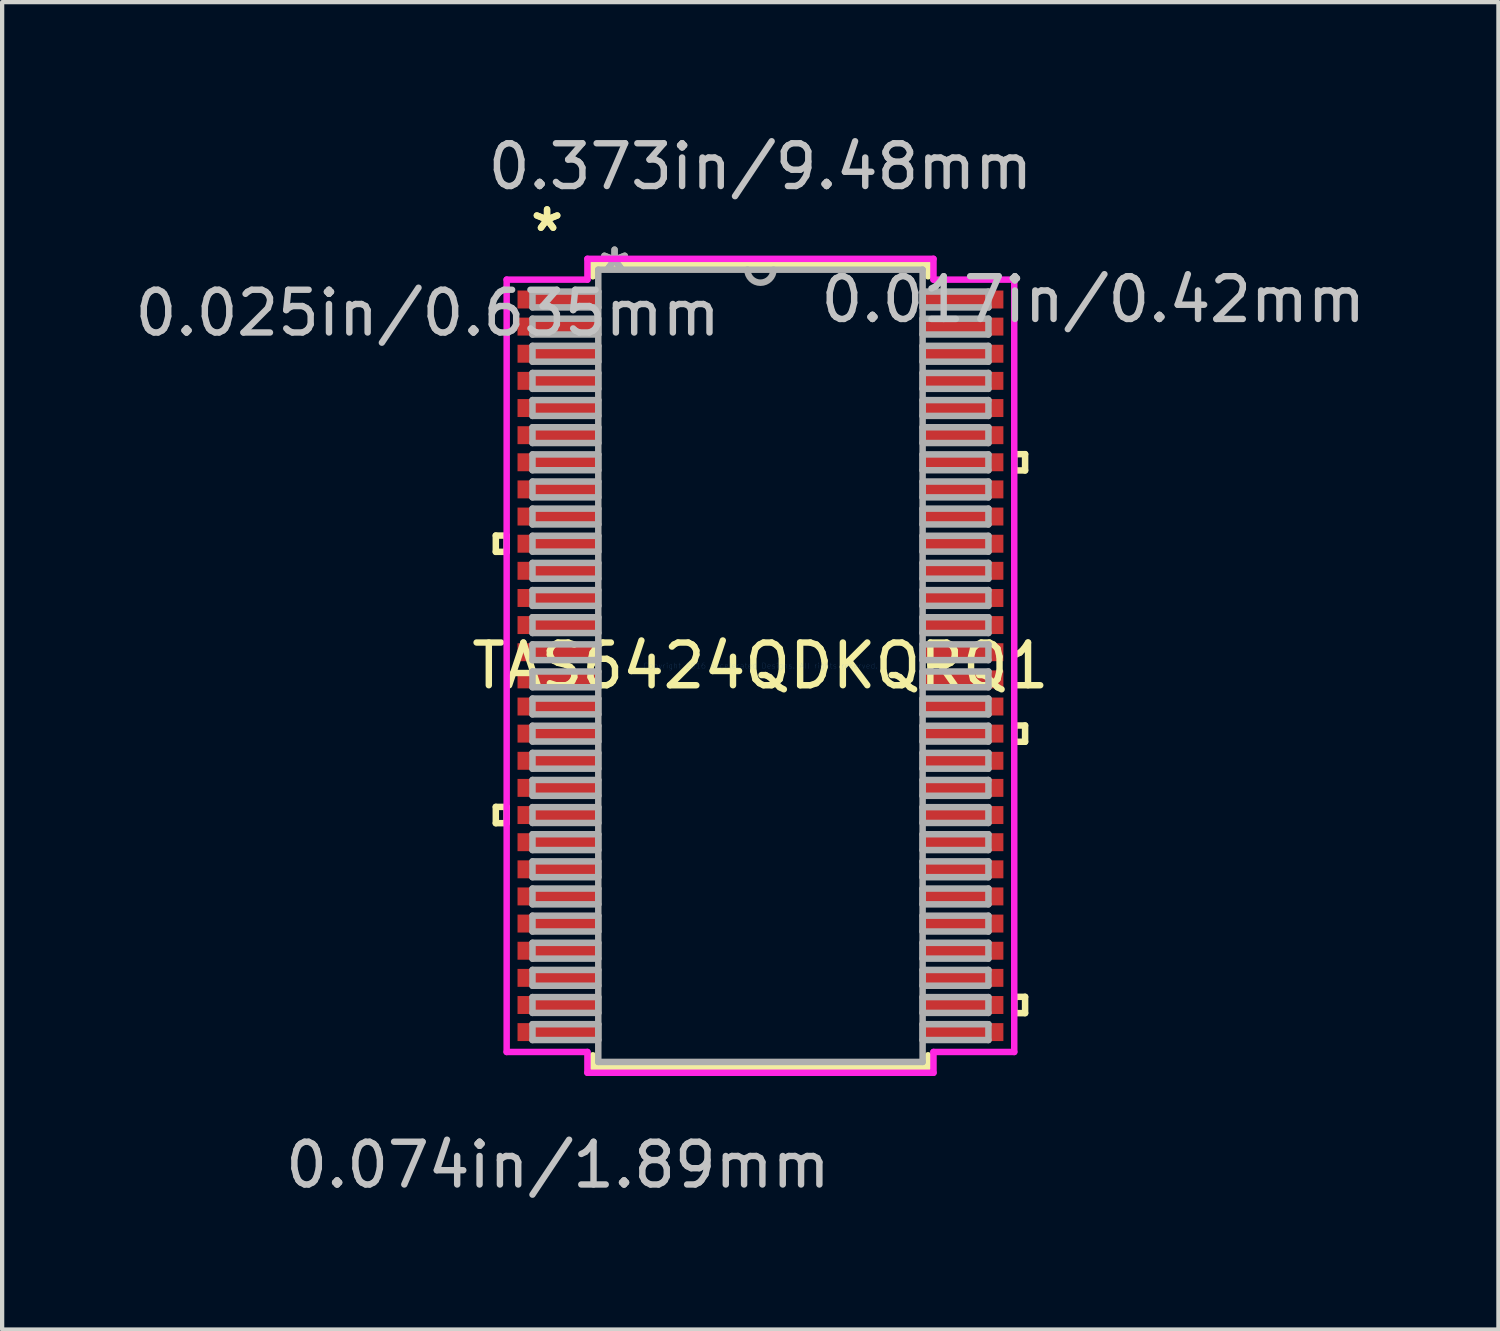
<source format=kicad_pcb>
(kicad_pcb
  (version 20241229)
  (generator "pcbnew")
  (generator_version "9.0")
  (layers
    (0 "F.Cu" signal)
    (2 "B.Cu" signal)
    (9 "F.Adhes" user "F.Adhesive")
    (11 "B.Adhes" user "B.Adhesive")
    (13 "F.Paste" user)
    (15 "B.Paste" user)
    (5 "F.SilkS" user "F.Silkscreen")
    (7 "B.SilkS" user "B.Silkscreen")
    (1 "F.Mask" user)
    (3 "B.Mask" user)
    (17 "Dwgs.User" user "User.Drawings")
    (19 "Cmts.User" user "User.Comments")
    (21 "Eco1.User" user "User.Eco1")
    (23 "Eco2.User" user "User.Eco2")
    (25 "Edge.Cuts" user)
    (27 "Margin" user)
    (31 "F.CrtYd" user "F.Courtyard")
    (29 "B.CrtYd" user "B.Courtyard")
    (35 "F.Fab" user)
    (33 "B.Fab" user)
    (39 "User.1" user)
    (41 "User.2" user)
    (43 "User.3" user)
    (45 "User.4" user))
  (footprint "TAS6424QDKQRQ1"
    (layer "F.Cu")
    (at 14.746 12.531)
    (property "Reference" "TAS6424QDKQRQ1" (at 0 0 0) (layer "F.SilkS") (effects (font (size 1 1) (thickness 0.15))))
    (attr through_hole)
    (fp_line (start -6.193 -3.048) (end -6.193 -2.667) (stroke (width 0.152) (type solid)) (layer "F.SilkS"))
    (fp_line (start -6.193 -2.667) (end -5.939 -2.667) (stroke (width 0.152) (type solid)) (layer "F.SilkS"))
    (fp_line (start -6.193 3.302) (end -6.193 3.683) (stroke (width 0.152) (type solid)) (layer "F.SilkS"))
    (fp_line (start -6.193 3.683) (end -5.939 3.683) (stroke (width 0.152) (type solid)) (layer "F.SilkS"))
    (fp_line (start -5.939 -3.048) (end -6.193 -3.048) (stroke (width 0.152) (type solid)) (layer "F.SilkS"))
    (fp_line (start -5.939 -2.667) (end -5.939 -3.048) (stroke (width 0.152) (type solid)) (layer "F.SilkS"))
    (fp_line (start -5.939 3.302) (end -6.193 3.302) (stroke (width 0.152) (type solid)) (layer "F.SilkS"))
    (fp_line (start -5.939 3.683) (end -5.939 3.302) (stroke (width 0.152) (type solid)) (layer "F.SilkS"))
    (fp_line (start -3.922 -9.397) (end -3.922 -9.115) (stroke (width 0.152) (type solid)) (layer "F.SilkS"))
    (fp_line (start -3.922 9.115) (end -3.922 9.397) (stroke (width 0.152) (type solid)) (layer "F.SilkS"))
    (fp_line (start -3.922 9.397) (end 3.922 9.397) (stroke (width 0.152) (type solid)) (layer "F.SilkS"))
    (fp_line (start 3.922 -9.397) (end -3.922 -9.397) (stroke (width 0.152) (type solid)) (layer "F.SilkS"))
    (fp_line (start 3.922 -9.115) (end 3.922 -9.397) (stroke (width 0.152) (type solid)) (layer "F.SilkS"))
    (fp_line (start 3.922 9.397) (end 3.922 9.115) (stroke (width 0.152) (type solid)) (layer "F.SilkS"))
    (fp_line (start 5.939 -4.953) (end 6.193 -4.953) (stroke (width 0.152) (type solid)) (layer "F.SilkS"))
    (fp_line (start 5.939 -4.572) (end 5.939 -4.953) (stroke (width 0.152) (type solid)) (layer "F.SilkS"))
    (fp_line (start 5.939 1.397) (end 6.193 1.397) (stroke (width 0.152) (type solid)) (layer "F.SilkS"))
    (fp_line (start 5.939 1.778) (end 5.939 1.397) (stroke (width 0.152) (type solid)) (layer "F.SilkS"))
    (fp_line (start 5.939 7.747) (end 6.193 7.747) (stroke (width 0.152) (type solid)) (layer "F.SilkS"))
    (fp_line (start 5.939 8.128) (end 5.939 7.747) (stroke (width 0.152) (type solid)) (layer "F.SilkS"))
    (fp_line (start 6.193 -4.953) (end 6.193 -4.572) (stroke (width 0.152) (type solid)) (layer "F.SilkS"))
    (fp_line (start 6.193 -4.572) (end 5.939 -4.572) (stroke (width 0.152) (type solid)) (layer "F.SilkS"))
    (fp_line (start 6.193 1.397) (end 6.193 1.778) (stroke (width 0.152) (type solid)) (layer "F.SilkS"))
    (fp_line (start 6.193 1.778) (end 5.939 1.778) (stroke (width 0.152) (type solid)) (layer "F.SilkS"))
    (fp_line (start 6.193 7.747) (end 6.193 8.128) (stroke (width 0.152) (type solid)) (layer "F.SilkS"))
    (fp_line (start 6.193 8.128) (end 5.939 8.128) (stroke (width 0.152) (type solid)) (layer "F.SilkS"))
    (fp_line (start -5.939 -9.037) (end -4.049 -9.037) (stroke (width 0.152) (type solid)) (layer "F.CrtYd"))
    (fp_line (start -5.939 9.037) (end -5.939 -9.037) (stroke (width 0.152) (type solid)) (layer "F.CrtYd"))
    (fp_line (start -4.049 -9.524) (end 4.049 -9.524) (stroke (width 0.152) (type solid)) (layer "F.CrtYd"))
    (fp_line (start -4.049 -9.037) (end -4.049 -9.524) (stroke (width 0.152) (type solid)) (layer "F.CrtYd"))
    (fp_line (start -4.049 9.037) (end -5.939 9.037) (stroke (width 0.152) (type solid)) (layer "F.CrtYd"))
    (fp_line (start -4.049 9.524) (end -4.049 9.037) (stroke (width 0.152) (type solid)) (layer "F.CrtYd"))
    (fp_line (start 4.049 -9.524) (end 4.049 -9.037) (stroke (width 0.152) (type solid)) (layer "F.CrtYd"))
    (fp_line (start 4.049 -9.037) (end 5.939 -9.037) (stroke (width 0.152) (type solid)) (layer "F.CrtYd"))
    (fp_line (start 4.049 9.037) (end 4.049 9.524) (stroke (width 0.152) (type solid)) (layer "F.CrtYd"))
    (fp_line (start 4.049 9.524) (end -4.049 9.524) (stroke (width 0.152) (type solid)) (layer "F.CrtYd"))
    (fp_line (start 5.939 -9.037) (end 5.939 9.037) (stroke (width 0.152) (type solid)) (layer "F.CrtYd"))
    (fp_line (start 5.939 9.037) (end 4.049 9.037) (stroke (width 0.152) (type solid)) (layer "F.CrtYd"))
    (fp_line (start -5.335 -8.758) (end -5.335 -8.387) (stroke (width 0.152) (type solid)) (layer "F.Fab"))
    (fp_line (start -5.335 -8.387) (end -3.795 -8.387) (stroke (width 0.152) (type solid)) (layer "F.Fab"))
    (fp_line (start -5.335 -8.123) (end -5.335 -7.753) (stroke (width 0.152) (type solid)) (layer "F.Fab"))
    (fp_line (start -5.335 -7.753) (end -3.795 -7.753) (stroke (width 0.152) (type solid)) (layer "F.Fab"))
    (fp_line (start -5.335 -7.487) (end -5.335 -7.117) (stroke (width 0.152) (type solid)) (layer "F.Fab"))
    (fp_line (start -5.335 -7.117) (end -3.795 -7.117) (stroke (width 0.152) (type solid)) (layer "F.Fab"))
    (fp_line (start -5.335 -6.853) (end -5.335 -6.482) (stroke (width 0.152) (type solid)) (layer "F.Fab"))
    (fp_line (start -5.335 -6.482) (end -3.795 -6.482) (stroke (width 0.152) (type solid)) (layer "F.Fab"))
    (fp_line (start -5.335 -6.218) (end -5.335 -5.848) (stroke (width 0.152) (type solid)) (layer "F.Fab"))
    (fp_line (start -5.335 -5.848) (end -3.795 -5.848) (stroke (width 0.152) (type solid)) (layer "F.Fab"))
    (fp_line (start -5.335 -5.582) (end -5.335 -5.213) (stroke (width 0.152) (type solid)) (layer "F.Fab"))
    (fp_line (start -5.335 -5.213) (end -3.795 -5.213) (stroke (width 0.152) (type solid)) (layer "F.Fab"))
    (fp_line (start -5.335 -4.947) (end -5.335 -4.577) (stroke (width 0.152) (type solid)) (layer "F.Fab"))
    (fp_line (start -5.335 -4.577) (end -3.795 -4.577) (stroke (width 0.152) (type solid)) (layer "F.Fab"))
    (fp_line (start -5.335 -4.312) (end -5.335 -3.942) (stroke (width 0.152) (type solid)) (layer "F.Fab"))
    (fp_line (start -5.335 -3.942) (end -3.795 -3.942) (stroke (width 0.152) (type solid)) (layer "F.Fab"))
    (fp_line (start -5.335 -3.678) (end -5.335 -3.308) (stroke (width 0.152) (type solid)) (layer "F.Fab"))
    (fp_line (start -5.335 -3.308) (end -3.795 -3.308) (stroke (width 0.152) (type solid)) (layer "F.Fab"))
    (fp_line (start -5.335 -3.042) (end -5.335 -2.672) (stroke (width 0.152) (type solid)) (layer "F.Fab"))
    (fp_line (start -5.335 -2.672) (end -3.795 -2.672) (stroke (width 0.152) (type solid)) (layer "F.Fab"))
    (fp_line (start -5.335 -2.408) (end -5.335 -2.038) (stroke (width 0.152) (type solid)) (layer "F.Fab"))
    (fp_line (start -5.335 -2.038) (end -3.795 -2.038) (stroke (width 0.152) (type solid)) (layer "F.Fab"))
    (fp_line (start -5.335 -1.772) (end -5.335 -1.403) (stroke (width 0.152) (type solid)) (layer "F.Fab"))
    (fp_line (start -5.335 -1.403) (end -3.795 -1.403) (stroke (width 0.152) (type solid)) (layer "F.Fab"))
    (fp_line (start -5.335 -1.137) (end -5.335 -0.767) (stroke (width 0.152) (type solid)) (layer "F.Fab"))
    (fp_line (start -5.335 -0.767) (end -3.795 -0.767) (stroke (width 0.152) (type solid)) (layer "F.Fab"))
    (fp_line (start -5.335 -0.502) (end -5.335 -0.133) (stroke (width 0.152) (type solid)) (layer "F.Fab"))
    (fp_line (start -5.335 -0.133) (end -3.795 -0.133) (stroke (width 0.152) (type solid)) (layer "F.Fab"))
    (fp_line (start -5.335 0.133) (end -5.335 0.502) (stroke (width 0.152) (type solid)) (layer "F.Fab"))
    (fp_line (start -5.335 0.502) (end -3.795 0.502) (stroke (width 0.152) (type solid)) (layer "F.Fab"))
    (fp_line (start -5.335 0.767) (end -5.335 1.137) (stroke (width 0.152) (type solid)) (layer "F.Fab"))
    (fp_line (start -5.335 1.137) (end -3.795 1.137) (stroke (width 0.152) (type solid)) (layer "F.Fab"))
    (fp_line (start -5.335 1.403) (end -5.335 1.772) (stroke (width 0.152) (type solid)) (layer "F.Fab"))
    (fp_line (start -5.335 1.772) (end -3.795 1.772) (stroke (width 0.152) (type solid)) (layer "F.Fab"))
    (fp_line (start -5.335 2.038) (end -5.335 2.408) (stroke (width 0.152) (type solid)) (layer "F.Fab"))
    (fp_line (start -5.335 2.408) (end -3.795 2.408) (stroke (width 0.152) (type solid)) (layer "F.Fab"))
    (fp_line (start -5.335 2.672) (end -5.335 3.042) (stroke (width 0.152) (type solid)) (layer "F.Fab"))
    (fp_line (start -5.335 3.042) (end -3.795 3.042) (stroke (width 0.152) (type solid)) (layer "F.Fab"))
    (fp_line (start -5.335 3.308) (end -5.335 3.678) (stroke (width 0.152) (type solid)) (layer "F.Fab"))
    (fp_line (start -5.335 3.678) (end -3.795 3.678) (stroke (width 0.152) (type solid)) (layer "F.Fab"))
    (fp_line (start -5.335 3.942) (end -5.335 4.312) (stroke (width 0.152) (type solid)) (layer "F.Fab"))
    (fp_line (start -5.335 4.312) (end -3.795 4.312) (stroke (width 0.152) (type solid)) (layer "F.Fab"))
    (fp_line (start -5.335 4.577) (end -5.335 4.947) (stroke (width 0.152) (type solid)) (layer "F.Fab"))
    (fp_line (start -5.335 4.947) (end -3.795 4.947) (stroke (width 0.152) (type solid)) (layer "F.Fab"))
    (fp_line (start -5.335 5.213) (end -5.335 5.582) (stroke (width 0.152) (type solid)) (layer "F.Fab"))
    (fp_line (start -5.335 5.582) (end -3.795 5.582) (stroke (width 0.152) (type solid)) (layer "F.Fab"))
    (fp_line (start -5.335 5.848) (end -5.335 6.218) (stroke (width 0.152) (type solid)) (layer "F.Fab"))
    (fp_line (start -5.335 6.218) (end -3.795 6.218) (stroke (width 0.152) (type solid)) (layer "F.Fab"))
    (fp_line (start -5.335 6.482) (end -5.335 6.853) (stroke (width 0.152) (type solid)) (layer "F.Fab"))
    (fp_line (start -5.335 6.853) (end -3.795 6.853) (stroke (width 0.152) (type solid)) (layer "F.Fab"))
    (fp_line (start -5.335 7.117) (end -5.335 7.487) (stroke (width 0.152) (type solid)) (layer "F.Fab"))
    (fp_line (start -5.335 7.487) (end -3.795 7.487) (stroke (width 0.152) (type solid)) (layer "F.Fab"))
    (fp_line (start -5.335 7.753) (end -5.335 8.123) (stroke (width 0.152) (type solid)) (layer "F.Fab"))
    (fp_line (start -5.335 8.123) (end -3.795 8.123) (stroke (width 0.152) (type solid)) (layer "F.Fab"))
    (fp_line (start -5.335 8.387) (end -5.335 8.758) (stroke (width 0.152) (type solid)) (layer "F.Fab"))
    (fp_line (start -5.335 8.758) (end -3.795 8.758) (stroke (width 0.152) (type solid)) (layer "F.Fab"))
    (fp_line (start -3.795 -9.27) (end -3.795 9.27) (stroke (width 0.152) (type solid)) (layer "F.Fab"))
    (fp_line (start -3.795 9.27) (end 3.795 9.27) (stroke (width 0.152) (type solid)) (layer "F.Fab"))
    (fp_line (start -3.795 -8.758) (end -5.335 -8.758) (stroke (width 0.152) (type solid)) (layer "F.Fab"))
    (fp_line (start -3.795 -8.387) (end -3.795 -8.758) (stroke (width 0.152) (type solid)) (layer "F.Fab"))
    (fp_line (start -3.795 -8.123) (end -5.335 -8.123) (stroke (width 0.152) (type solid)) (layer "F.Fab"))
    (fp_line (start -3.795 -7.753) (end -3.795 -8.123) (stroke (width 0.152) (type solid)) (layer "F.Fab"))
    (fp_line (start -3.795 -7.487) (end -5.335 -7.487) (stroke (width 0.152) (type solid)) (layer "F.Fab"))
    (fp_line (start -3.795 -7.117) (end -3.795 -7.487) (stroke (width 0.152) (type solid)) (layer "F.Fab"))
    (fp_line (start -3.795 -6.853) (end -5.335 -6.853) (stroke (width 0.152) (type solid)) (layer "F.Fab"))
    (fp_line (start -3.795 -6.482) (end -3.795 -6.853) (stroke (width 0.152) (type solid)) (layer "F.Fab"))
    (fp_line (start -3.795 -6.218) (end -5.335 -6.218) (stroke (width 0.152) (type solid)) (layer "F.Fab"))
    (fp_line (start -3.795 -5.848) (end -3.795 -6.218) (stroke (width 0.152) (type solid)) (layer "F.Fab"))
    (fp_line (start -3.795 -5.582) (end -5.335 -5.582) (stroke (width 0.152) (type solid)) (layer "F.Fab"))
    (fp_line (start -3.795 -5.213) (end -3.795 -5.582) (stroke (width 0.152) (type solid)) (layer "F.Fab"))
    (fp_line (start -3.795 -4.947) (end -5.335 -4.947) (stroke (width 0.152) (type solid)) (layer "F.Fab"))
    (fp_line (start -3.795 -4.577) (end -3.795 -4.947) (stroke (width 0.152) (type solid)) (layer "F.Fab"))
    (fp_line (start -3.795 -4.312) (end -5.335 -4.312) (stroke (width 0.152) (type solid)) (layer "F.Fab"))
    (fp_line (start -3.795 -3.942) (end -3.795 -4.312) (stroke (width 0.152) (type solid)) (layer "F.Fab"))
    (fp_line (start -3.795 -3.678) (end -5.335 -3.678) (stroke (width 0.152) (type solid)) (layer "F.Fab"))
    (fp_line (start -3.795 -3.308) (end -3.795 -3.678) (stroke (width 0.152) (type solid)) (layer "F.Fab"))
    (fp_line (start -3.795 -3.042) (end -5.335 -3.042) (stroke (width 0.152) (type solid)) (layer "F.Fab"))
    (fp_line (start -3.795 -2.672) (end -3.795 -3.042) (stroke (width 0.152) (type solid)) (layer "F.Fab"))
    (fp_line (start -3.795 -2.408) (end -5.335 -2.408) (stroke (width 0.152) (type solid)) (layer "F.Fab"))
    (fp_line (start -3.795 -2.038) (end -3.795 -2.408) (stroke (width 0.152) (type solid)) (layer "F.Fab"))
    (fp_line (start -3.795 -1.772) (end -5.335 -1.772) (stroke (width 0.152) (type solid)) (layer "F.Fab"))
    (fp_line (start -3.795 -1.403) (end -3.795 -1.772) (stroke (width 0.152) (type solid)) (layer "F.Fab"))
    (fp_line (start -3.795 -1.137) (end -5.335 -1.137) (stroke (width 0.152) (type solid)) (layer "F.Fab"))
    (fp_line (start -3.795 -0.767) (end -3.795 -1.137) (stroke (width 0.152) (type solid)) (layer "F.Fab"))
    (fp_line (start -3.795 -0.502) (end -5.335 -0.502) (stroke (width 0.152) (type solid)) (layer "F.Fab"))
    (fp_line (start -3.795 -0.133) (end -3.795 -0.502) (stroke (width 0.152) (type solid)) (layer "F.Fab"))
    (fp_line (start -3.795 0.133) (end -5.335 0.133) (stroke (width 0.152) (type solid)) (layer "F.Fab"))
    (fp_line (start -3.795 0.502) (end -3.795 0.133) (stroke (width 0.152) (type solid)) (layer "F.Fab"))
    (fp_line (start -3.795 0.767) (end -5.335 0.767) (stroke (width 0.152) (type solid)) (layer "F.Fab"))
    (fp_line (start -3.795 1.137) (end -3.795 0.767) (stroke (width 0.152) (type solid)) (layer "F.Fab"))
    (fp_line (start -3.795 1.403) (end -5.335 1.403) (stroke (width 0.152) (type solid)) (layer "F.Fab"))
    (fp_line (start -3.795 1.772) (end -3.795 1.403) (stroke (width 0.152) (type solid)) (layer "F.Fab"))
    (fp_line (start -3.795 2.038) (end -5.335 2.038) (stroke (width 0.152) (type solid)) (layer "F.Fab"))
    (fp_line (start -3.795 2.408) (end -3.795 2.038) (stroke (width 0.152) (type solid)) (layer "F.Fab"))
    (fp_line (start -3.795 2.672) (end -5.335 2.672) (stroke (width 0.152) (type solid)) (layer "F.Fab"))
    (fp_line (start -3.795 3.042) (end -3.795 2.672) (stroke (width 0.152) (type solid)) (layer "F.Fab"))
    (fp_line (start -3.795 3.308) (end -5.335 3.308) (stroke (width 0.152) (type solid)) (layer "F.Fab"))
    (fp_line (start -3.795 3.678) (end -3.795 3.308) (stroke (width 0.152) (type solid)) (layer "F.Fab"))
    (fp_line (start -3.795 3.942) (end -5.335 3.942) (stroke (width 0.152) (type solid)) (layer "F.Fab"))
    (fp_line (start -3.795 4.312) (end -3.795 3.942) (stroke (width 0.152) (type solid)) (layer "F.Fab"))
    (fp_line (start -3.795 4.577) (end -5.335 4.577) (stroke (width 0.152) (type solid)) (layer "F.Fab"))
    (fp_line (start -3.795 4.947) (end -3.795 4.577) (stroke (width 0.152) (type solid)) (layer "F.Fab"))
    (fp_line (start -3.795 5.213) (end -5.335 5.213) (stroke (width 0.152) (type solid)) (layer "F.Fab"))
    (fp_line (start -3.795 5.582) (end -3.795 5.213) (stroke (width 0.152) (type solid)) (layer "F.Fab"))
    (fp_line (start -3.795 5.848) (end -5.335 5.848) (stroke (width 0.152) (type solid)) (layer "F.Fab"))
    (fp_line (start -3.795 6.218) (end -3.795 5.848) (stroke (width 0.152) (type solid)) (layer "F.Fab"))
    (fp_line (start -3.795 6.482) (end -5.335 6.482) (stroke (width 0.152) (type solid)) (layer "F.Fab"))
    (fp_line (start -3.795 6.853) (end -3.795 6.482) (stroke (width 0.152) (type solid)) (layer "F.Fab"))
    (fp_line (start -3.795 7.117) (end -5.335 7.117) (stroke (width 0.152) (type solid)) (layer "F.Fab"))
    (fp_line (start -3.795 7.487) (end -3.795 7.117) (stroke (width 0.152) (type solid)) (layer "F.Fab"))
    (fp_line (start -3.795 7.753) (end -5.335 7.753) (stroke (width 0.152) (type solid)) (layer "F.Fab"))
    (fp_line (start -3.795 8.123) (end -3.795 7.753) (stroke (width 0.152) (type solid)) (layer "F.Fab"))
    (fp_line (start -3.795 8.387) (end -5.335 8.387) (stroke (width 0.152) (type solid)) (layer "F.Fab"))
    (fp_line (start -3.795 8.758) (end -3.795 8.387) (stroke (width 0.152) (type solid)) (layer "F.Fab"))
    (fp_line (start 3.795 -8.758) (end 3.795 -8.387) (stroke (width 0.152) (type solid)) (layer "F.Fab"))
    (fp_line (start 3.795 -8.387) (end 5.335 -8.387) (stroke (width 0.152) (type solid)) (layer "F.Fab"))
    (fp_line (start 3.795 -8.123) (end 3.795 -7.753) (stroke (width 0.152) (type solid)) (layer "F.Fab"))
    (fp_line (start 3.795 -7.753) (end 5.335 -7.753) (stroke (width 0.152) (type solid)) (layer "F.Fab"))
    (fp_line (start 3.795 -7.487) (end 3.795 -7.117) (stroke (width 0.152) (type solid)) (layer "F.Fab"))
    (fp_line (start 3.795 -7.117) (end 5.335 -7.117) (stroke (width 0.152) (type solid)) (layer "F.Fab"))
    (fp_line (start 3.795 -6.853) (end 3.795 -6.482) (stroke (width 0.152) (type solid)) (layer "F.Fab"))
    (fp_line (start 3.795 -6.482) (end 5.335 -6.482) (stroke (width 0.152) (type solid)) (layer "F.Fab"))
    (fp_line (start 3.795 -6.218) (end 3.795 -5.848) (stroke (width 0.152) (type solid)) (layer "F.Fab"))
    (fp_line (start 3.795 -5.848) (end 5.335 -5.848) (stroke (width 0.152) (type solid)) (layer "F.Fab"))
    (fp_line (start 3.795 -5.582) (end 3.795 -5.213) (stroke (width 0.152) (type solid)) (layer "F.Fab"))
    (fp_line (start 3.795 -5.213) (end 5.335 -5.213) (stroke (width 0.152) (type solid)) (layer "F.Fab"))
    (fp_line (start 3.795 -4.947) (end 3.795 -4.577) (stroke (width 0.152) (type solid)) (layer "F.Fab"))
    (fp_line (start 3.795 -4.577) (end 5.335 -4.577) (stroke (width 0.152) (type solid)) (layer "F.Fab"))
    (fp_line (start 3.795 -4.312) (end 3.795 -3.942) (stroke (width 0.152) (type solid)) (layer "F.Fab"))
    (fp_line (start 3.795 -3.942) (end 5.335 -3.942) (stroke (width 0.152) (type solid)) (layer "F.Fab"))
    (fp_line (start 3.795 -3.678) (end 3.795 -3.308) (stroke (width 0.152) (type solid)) (layer "F.Fab"))
    (fp_line (start 3.795 -3.308) (end 5.335 -3.308) (stroke (width 0.152) (type solid)) (layer "F.Fab"))
    (fp_line (start 3.795 -3.042) (end 3.795 -2.672) (stroke (width 0.152) (type solid)) (layer "F.Fab"))
    (fp_line (start 3.795 -2.672) (end 5.335 -2.672) (stroke (width 0.152) (type solid)) (layer "F.Fab"))
    (fp_line (start 3.795 -2.408) (end 3.795 -2.038) (stroke (width 0.152) (type solid)) (layer "F.Fab"))
    (fp_line (start 3.795 -2.038) (end 5.335 -2.038) (stroke (width 0.152) (type solid)) (layer "F.Fab"))
    (fp_line (start 3.795 -1.772) (end 3.795 -1.403) (stroke (width 0.152) (type solid)) (layer "F.Fab"))
    (fp_line (start 3.795 -1.403) (end 5.335 -1.403) (stroke (width 0.152) (type solid)) (layer "F.Fab"))
    (fp_line (start 3.795 -1.137) (end 3.795 -0.767) (stroke (width 0.152) (type solid)) (layer "F.Fab"))
    (fp_line (start 3.795 -0.767) (end 5.335 -0.767) (stroke (width 0.152) (type solid)) (layer "F.Fab"))
    (fp_line (start 3.795 -0.502) (end 3.795 -0.133) (stroke (width 0.152) (type solid)) (layer "F.Fab"))
    (fp_line (start 3.795 -0.133) (end 5.335 -0.133) (stroke (width 0.152) (type solid)) (layer "F.Fab"))
    (fp_line (start 3.795 0.133) (end 3.795 0.502) (stroke (width 0.152) (type solid)) (layer "F.Fab"))
    (fp_line (start 3.795 0.502) (end 5.335 0.502) (stroke (width 0.152) (type solid)) (layer "F.Fab"))
    (fp_line (start 3.795 0.767) (end 3.795 1.137) (stroke (width 0.152) (type solid)) (layer "F.Fab"))
    (fp_line (start 3.795 1.137) (end 5.335 1.137) (stroke (width 0.152) (type solid)) (layer "F.Fab"))
    (fp_line (start 3.795 1.403) (end 3.795 1.772) (stroke (width 0.152) (type solid)) (layer "F.Fab"))
    (fp_line (start 3.795 1.772) (end 5.335 1.772) (stroke (width 0.152) (type solid)) (layer "F.Fab"))
    (fp_line (start 3.795 2.038) (end 3.795 2.408) (stroke (width 0.152) (type solid)) (layer "F.Fab"))
    (fp_line (start 3.795 2.408) (end 5.335 2.408) (stroke (width 0.152) (type solid)) (layer "F.Fab"))
    (fp_line (start 3.795 2.672) (end 3.795 3.042) (stroke (width 0.152) (type solid)) (layer "F.Fab"))
    (fp_line (start 3.795 3.042) (end 5.335 3.042) (stroke (width 0.152) (type solid)) (layer "F.Fab"))
    (fp_line (start 3.795 3.308) (end 3.795 3.678) (stroke (width 0.152) (type solid)) (layer "F.Fab"))
    (fp_line (start 3.795 3.678) (end 5.335 3.678) (stroke (width 0.152) (type solid)) (layer "F.Fab"))
    (fp_line (start 3.795 3.942) (end 3.795 4.312) (stroke (width 0.152) (type solid)) (layer "F.Fab"))
    (fp_line (start 3.795 4.312) (end 5.335 4.312) (stroke (width 0.152) (type solid)) (layer "F.Fab"))
    (fp_line (start 3.795 4.577) (end 3.795 4.947) (stroke (width 0.152) (type solid)) (layer "F.Fab"))
    (fp_line (start 3.795 4.947) (end 5.335 4.947) (stroke (width 0.152) (type solid)) (layer "F.Fab"))
    (fp_line (start 3.795 5.213) (end 3.795 5.582) (stroke (width 0.152) (type solid)) (layer "F.Fab"))
    (fp_line (start 3.795 5.582) (end 5.335 5.582) (stroke (width 0.152) (type solid)) (layer "F.Fab"))
    (fp_line (start 3.795 5.848) (end 3.795 6.218) (stroke (width 0.152) (type solid)) (layer "F.Fab"))
    (fp_line (start 3.795 6.218) (end 5.335 6.218) (stroke (width 0.152) (type solid)) (layer "F.Fab"))
    (fp_line (start 3.795 6.482) (end 3.795 6.853) (stroke (width 0.152) (type solid)) (layer "F.Fab"))
    (fp_line (start 3.795 6.853) (end 5.335 6.853) (stroke (width 0.152) (type solid)) (layer "F.Fab"))
    (fp_line (start 3.795 7.117) (end 3.795 7.487) (stroke (width 0.152) (type solid)) (layer "F.Fab"))
    (fp_line (start 3.795 7.487) (end 5.335 7.487) (stroke (width 0.152) (type solid)) (layer "F.Fab"))
    (fp_line (start 3.795 7.753) (end 3.795 8.123) (stroke (width 0.152) (type solid)) (layer "F.Fab"))
    (fp_line (start 3.795 8.123) (end 5.335 8.123) (stroke (width 0.152) (type solid)) (layer "F.Fab"))
    (fp_line (start 3.795 8.387) (end 3.795 8.758) (stroke (width 0.152) (type solid)) (layer "F.Fab"))
    (fp_line (start 3.795 8.758) (end 5.335 8.758) (stroke (width 0.152) (type solid)) (layer "F.Fab"))
    (fp_line (start 3.795 -9.27) (end -3.795 -9.27) (stroke (width 0.152) (type solid)) (layer "F.Fab"))
    (fp_line (start 3.795 9.27) (end 3.795 -9.27) (stroke (width 0.152) (type solid)) (layer "F.Fab"))
    (fp_line (start 5.335 -8.758) (end 3.795 -8.758) (stroke (width 0.152) (type solid)) (layer "F.Fab"))
    (fp_line (start 5.335 -8.387) (end 5.335 -8.758) (stroke (width 0.152) (type solid)) (layer "F.Fab"))
    (fp_line (start 5.335 -8.123) (end 3.795 -8.123) (stroke (width 0.152) (type solid)) (layer "F.Fab"))
    (fp_line (start 5.335 -7.753) (end 5.335 -8.123) (stroke (width 0.152) (type solid)) (layer "F.Fab"))
    (fp_line (start 5.335 -7.487) (end 3.795 -7.487) (stroke (width 0.152) (type solid)) (layer "F.Fab"))
    (fp_line (start 5.335 -7.117) (end 5.335 -7.487) (stroke (width 0.152) (type solid)) (layer "F.Fab"))
    (fp_line (start 5.335 -6.853) (end 3.795 -6.853) (stroke (width 0.152) (type solid)) (layer "F.Fab"))
    (fp_line (start 5.335 -6.482) (end 5.335 -6.853) (stroke (width 0.152) (type solid)) (layer "F.Fab"))
    (fp_line (start 5.335 -6.218) (end 3.795 -6.218) (stroke (width 0.152) (type solid)) (layer "F.Fab"))
    (fp_line (start 5.335 -5.848) (end 5.335 -6.218) (stroke (width 0.152) (type solid)) (layer "F.Fab"))
    (fp_line (start 5.335 -5.582) (end 3.795 -5.582) (stroke (width 0.152) (type solid)) (layer "F.Fab"))
    (fp_line (start 5.335 -5.213) (end 5.335 -5.582) (stroke (width 0.152) (type solid)) (layer "F.Fab"))
    (fp_line (start 5.335 -4.947) (end 3.795 -4.947) (stroke (width 0.152) (type solid)) (layer "F.Fab"))
    (fp_line (start 5.335 -4.577) (end 5.335 -4.947) (stroke (width 0.152) (type solid)) (layer "F.Fab"))
    (fp_line (start 5.335 -4.312) (end 3.795 -4.312) (stroke (width 0.152) (type solid)) (layer "F.Fab"))
    (fp_line (start 5.335 -3.942) (end 5.335 -4.312) (stroke (width 0.152) (type solid)) (layer "F.Fab"))
    (fp_line (start 5.335 -3.678) (end 3.795 -3.678) (stroke (width 0.152) (type solid)) (layer "F.Fab"))
    (fp_line (start 5.335 -3.308) (end 5.335 -3.678) (stroke (width 0.152) (type solid)) (layer "F.Fab"))
    (fp_line (start 5.335 -3.042) (end 3.795 -3.042) (stroke (width 0.152) (type solid)) (layer "F.Fab"))
    (fp_line (start 5.335 -2.672) (end 5.335 -3.042) (stroke (width 0.152) (type solid)) (layer "F.Fab"))
    (fp_line (start 5.335 -2.408) (end 3.795 -2.408) (stroke (width 0.152) (type solid)) (layer "F.Fab"))
    (fp_line (start 5.335 -2.038) (end 5.335 -2.408) (stroke (width 0.152) (type solid)) (layer "F.Fab"))
    (fp_line (start 5.335 -1.772) (end 3.795 -1.772) (stroke (width 0.152) (type solid)) (layer "F.Fab"))
    (fp_line (start 5.335 -1.403) (end 5.335 -1.772) (stroke (width 0.152) (type solid)) (layer "F.Fab"))
    (fp_line (start 5.335 -1.137) (end 3.795 -1.137) (stroke (width 0.152) (type solid)) (layer "F.Fab"))
    (fp_line (start 5.335 -0.767) (end 5.335 -1.137) (stroke (width 0.152) (type solid)) (layer "F.Fab"))
    (fp_line (start 5.335 -0.502) (end 3.795 -0.502) (stroke (width 0.152) (type solid)) (layer "F.Fab"))
    (fp_line (start 5.335 -0.133) (end 5.335 -0.502) (stroke (width 0.152) (type solid)) (layer "F.Fab"))
    (fp_line (start 5.335 0.133) (end 3.795 0.133) (stroke (width 0.152) (type solid)) (layer "F.Fab"))
    (fp_line (start 5.335 0.502) (end 5.335 0.133) (stroke (width 0.152) (type solid)) (layer "F.Fab"))
    (fp_line (start 5.335 0.767) (end 3.795 0.767) (stroke (width 0.152) (type solid)) (layer "F.Fab"))
    (fp_line (start 5.335 1.137) (end 5.335 0.767) (stroke (width 0.152) (type solid)) (layer "F.Fab"))
    (fp_line (start 5.335 1.403) (end 3.795 1.403) (stroke (width 0.152) (type solid)) (layer "F.Fab"))
    (fp_line (start 5.335 1.772) (end 5.335 1.403) (stroke (width 0.152) (type solid)) (layer "F.Fab"))
    (fp_line (start 5.335 2.038) (end 3.795 2.038) (stroke (width 0.152) (type solid)) (layer "F.Fab"))
    (fp_line (start 5.335 2.408) (end 5.335 2.038) (stroke (width 0.152) (type solid)) (layer "F.Fab"))
    (fp_line (start 5.335 2.672) (end 3.795 2.672) (stroke (width 0.152) (type solid)) (layer "F.Fab"))
    (fp_line (start 5.335 3.042) (end 5.335 2.672) (stroke (width 0.152) (type solid)) (layer "F.Fab"))
    (fp_line (start 5.335 3.308) (end 3.795 3.308) (stroke (width 0.152) (type solid)) (layer "F.Fab"))
    (fp_line (start 5.335 3.678) (end 5.335 3.308) (stroke (width 0.152) (type solid)) (layer "F.Fab"))
    (fp_line (start 5.335 3.942) (end 3.795 3.942) (stroke (width 0.152) (type solid)) (layer "F.Fab"))
    (fp_line (start 5.335 4.312) (end 5.335 3.942) (stroke (width 0.152) (type solid)) (layer "F.Fab"))
    (fp_line (start 5.335 4.577) (end 3.795 4.577) (stroke (width 0.152) (type solid)) (layer "F.Fab"))
    (fp_line (start 5.335 4.947) (end 5.335 4.577) (stroke (width 0.152) (type solid)) (layer "F.Fab"))
    (fp_line (start 5.335 5.213) (end 3.795 5.213) (stroke (width 0.152) (type solid)) (layer "F.Fab"))
    (fp_line (start 5.335 5.582) (end 5.335 5.213) (stroke (width 0.152) (type solid)) (layer "F.Fab"))
    (fp_line (start 5.335 5.848) (end 3.795 5.848) (stroke (width 0.152) (type solid)) (layer "F.Fab"))
    (fp_line (start 5.335 6.218) (end 5.335 5.848) (stroke (width 0.152) (type solid)) (layer "F.Fab"))
    (fp_line (start 5.335 6.482) (end 3.795 6.482) (stroke (width 0.152) (type solid)) (layer "F.Fab"))
    (fp_line (start 5.335 6.853) (end 5.335 6.482) (stroke (width 0.152) (type solid)) (layer "F.Fab"))
    (fp_line (start 5.335 7.117) (end 3.795 7.117) (stroke (width 0.152) (type solid)) (layer "F.Fab"))
    (fp_line (start 5.335 7.487) (end 5.335 7.117) (stroke (width 0.152) (type solid)) (layer "F.Fab"))
    (fp_line (start 5.335 7.753) (end 3.795 7.753) (stroke (width 0.152) (type solid)) (layer "F.Fab"))
    (fp_line (start 5.335 8.123) (end 5.335 7.753) (stroke (width 0.152) (type solid)) (layer "F.Fab"))
    (fp_line (start 5.335 8.387) (end 3.795 8.387) (stroke (width 0.152) (type solid)) (layer "F.Fab"))
    (fp_line (start 5.335 8.758) (end 5.335 8.387) (stroke (width 0.152) (type solid)) (layer "F.Fab"))
    (fp_arc (start 0.3048 -9.270002) (mid 0 -8.965202) (end -0.3048 -9.270002) (stroke (width 0.1524) (type solid)) (layer "F.Fab"))
    (fp_text user "*" (at -4.994 -10.136 0) (layer "F.SilkS") (effects (font (size 1 1) (thickness 0.15))))
    (fp_text user "*" (at -4.994 -10.136 0) (layer "F.SilkS") (effects (font (size 1 1) (thickness 0.15))))
    (fp_text user "0.017in/0.42mm" (at 7.788 -8.572 0) (layer "Dwgs.User") (effects (font (size 1 1) (thickness 0.15))))
    (fp_text user "0.025in/0.635mm" (at -7.788 -8.255 0) (layer "Dwgs.User") (effects (font (size 1 1) (thickness 0.15))))
    (fp_text user "0.373in/9.48mm" (at 0 -11.683 0) (layer "Dwgs.User") (effects (font (size 1 1) (thickness 0.15))))
    (fp_text user "0.074in/1.89mm" (at -4.74 11.683 0) (layer "Dwgs.User") (effects (font (size 1 1) (thickness 0.15))))
    (fp_text user "Copyright 2016 Accelerated Designs. All rights reserved." (at 0 0 0) (layer "Cmts.User") (effects (font (size 0.127 0.127) (thickness 0.002))))
    (fp_text user "*" (at -3.414 -9.194 0) (layer "F.Fab") (effects (font (size 1 1) (thickness 0.15))))
    (fp_text user "*" (at -3.414 -9.194 0) (layer "F.Fab") (effects (font (size 1 1) (thickness 0.15))))
    (pad "1" smd rect (at -4.74 -8.572) (size 1.89 0.42) (layers "F.Cu" "F.Mask" "F.Paste"))
    (pad "2" smd rect (at -4.74 -7.938) (size 1.89 0.42) (layers "F.Cu" "F.Mask" "F.Paste"))
    (pad "3" smd rect (at -4.74 -7.303) (size 1.89 0.42) (layers "F.Cu" "F.Mask" "F.Paste"))
    (pad "4" smd rect (at -4.74 -6.668) (size 1.89 0.42) (layers "F.Cu" "F.Mask" "F.Paste"))
    (pad "5" smd rect (at -4.74 -6.032) (size 1.89 0.42) (layers "F.Cu" "F.Mask" "F.Paste"))
    (pad "6" smd rect (at -4.74 -5.397) (size 1.89 0.42) (layers "F.Cu" "F.Mask" "F.Paste"))
    (pad "7" smd rect (at -4.74 -4.763) (size 1.89 0.42) (layers "F.Cu" "F.Mask" "F.Paste"))
    (pad "8" smd rect (at -4.74 -4.128) (size 1.89 0.42) (layers "F.Cu" "F.Mask" "F.Paste"))
    (pad "9" smd rect (at -4.74 -3.493) (size 1.89 0.42) (layers "F.Cu" "F.Mask" "F.Paste"))
    (pad "10" smd rect (at -4.74 -2.857) (size 1.89 0.42) (layers "F.Cu" "F.Mask" "F.Paste"))
    (pad "11" smd rect (at -4.74 -2.223) (size 1.89 0.42) (layers "F.Cu" "F.Mask" "F.Paste"))
    (pad "12" smd rect (at -4.74 -1.587) (size 1.89 0.42) (layers "F.Cu" "F.Mask" "F.Paste"))
    (pad "13" smd rect (at -4.74 -0.953) (size 1.89 0.42) (layers "F.Cu" "F.Mask" "F.Paste"))
    (pad "14" smd rect (at -4.74 -0.318) (size 1.89 0.42) (layers "F.Cu" "F.Mask" "F.Paste"))
    (pad "15" smd rect (at -4.74 0.318) (size 1.89 0.42) (layers "F.Cu" "F.Mask" "F.Paste"))
    (pad "16" smd rect (at -4.74 0.953) (size 1.89 0.42) (layers "F.Cu" "F.Mask" "F.Paste"))
    (pad "17" smd rect (at -4.74 1.587) (size 1.89 0.42) (layers "F.Cu" "F.Mask" "F.Paste"))
    (pad "18" smd rect (at -4.74 2.223) (size 1.89 0.42) (layers "F.Cu" "F.Mask" "F.Paste"))
    (pad "19" smd rect (at -4.74 2.857) (size 1.89 0.42) (layers "F.Cu" "F.Mask" "F.Paste"))
    (pad "20" smd rect (at -4.74 3.493) (size 1.89 0.42) (layers "F.Cu" "F.Mask" "F.Paste"))
    (pad "21" smd rect (at -4.74 4.128) (size 1.89 0.42) (layers "F.Cu" "F.Mask" "F.Paste"))
    (pad "22" smd rect (at -4.74 4.763) (size 1.89 0.42) (layers "F.Cu" "F.Mask" "F.Paste"))
    (pad "23" smd rect (at -4.74 5.397) (size 1.89 0.42) (layers "F.Cu" "F.Mask" "F.Paste"))
    (pad "24" smd rect (at -4.74 6.032) (size 1.89 0.42) (layers "F.Cu" "F.Mask" "F.Paste"))
    (pad "25" smd rect (at -4.74 6.668) (size 1.89 0.42) (layers "F.Cu" "F.Mask" "F.Paste"))
    (pad "26" smd rect (at -4.74 7.303) (size 1.89 0.42) (layers "F.Cu" "F.Mask" "F.Paste"))
    (pad "27" smd rect (at -4.74 7.938) (size 1.89 0.42) (layers "F.Cu" "F.Mask" "F.Paste"))
    (pad "28" smd rect (at -4.74 8.572) (size 1.89 0.42) (layers "F.Cu" "F.Mask" "F.Paste"))
    (pad "29" smd rect (at 4.74 8.572) (size 1.89 0.42) (layers "F.Cu" "F.Mask" "F.Paste"))
    (pad "30" smd rect (at 4.74 7.938) (size 1.89 0.42) (layers "F.Cu" "F.Mask" "F.Paste"))
    (pad "31" smd rect (at 4.74 7.303) (size 1.89 0.42) (layers "F.Cu" "F.Mask" "F.Paste"))
    (pad "32" smd rect (at 4.74 6.668) (size 1.89 0.42) (layers "F.Cu" "F.Mask" "F.Paste"))
    (pad "33" smd rect (at 4.74 6.032) (size 1.89 0.42) (layers "F.Cu" "F.Mask" "F.Paste"))
    (pad "34" smd rect (at 4.74 5.397) (size 1.89 0.42) (layers "F.Cu" "F.Mask" "F.Paste"))
    (pad "35" smd rect (at 4.74 4.763) (size 1.89 0.42) (layers "F.Cu" "F.Mask" "F.Paste"))
    (pad "36" smd rect (at 4.74 4.128) (size 1.89 0.42) (layers "F.Cu" "F.Mask" "F.Paste"))
    (pad "37" smd rect (at 4.74 3.493) (size 1.89 0.42) (layers "F.Cu" "F.Mask" "F.Paste"))
    (pad "38" smd rect (at 4.74 2.857) (size 1.89 0.42) (layers "F.Cu" "F.Mask" "F.Paste"))
    (pad "39" smd rect (at 4.74 2.223) (size 1.89 0.42) (layers "F.Cu" "F.Mask" "F.Paste"))
    (pad "40" smd rect (at 4.74 1.587) (size 1.89 0.42) (layers "F.Cu" "F.Mask" "F.Paste"))
    (pad "41" smd rect (at 4.74 0.953) (size 1.89 0.42) (layers "F.Cu" "F.Mask" "F.Paste"))
    (pad "42" smd rect (at 4.74 0.318) (size 1.89 0.42) (layers "F.Cu" "F.Mask" "F.Paste"))
    (pad "43" smd rect (at 4.74 -0.318) (size 1.89 0.42) (layers "F.Cu" "F.Mask" "F.Paste"))
    (pad "44" smd rect (at 4.74 -0.953) (size 1.89 0.42) (layers "F.Cu" "F.Mask" "F.Paste"))
    (pad "45" smd rect (at 4.74 -1.587) (size 1.89 0.42) (layers "F.Cu" "F.Mask" "F.Paste"))
    (pad "46" smd rect (at 4.74 -2.223) (size 1.89 0.42) (layers "F.Cu" "F.Mask" "F.Paste"))
    (pad "47" smd rect (at 4.74 -2.857) (size 1.89 0.42) (layers "F.Cu" "F.Mask" "F.Paste"))
    (pad "48" smd rect (at 4.74 -3.493) (size 1.89 0.42) (layers "F.Cu" "F.Mask" "F.Paste"))
    (pad "49" smd rect (at 4.74 -4.128) (size 1.89 0.42) (layers "F.Cu" "F.Mask" "F.Paste"))
    (pad "50" smd rect (at 4.74 -4.763) (size 1.89 0.42) (layers "F.Cu" "F.Mask" "F.Paste"))
    (pad "51" smd rect (at 4.74 -5.397) (size 1.89 0.42) (layers "F.Cu" "F.Mask" "F.Paste"))
    (pad "52" smd rect (at 4.74 -6.032) (size 1.89 0.42) (layers "F.Cu" "F.Mask" "F.Paste"))
    (pad "53" smd rect (at 4.74 -6.668) (size 1.89 0.42) (layers "F.Cu" "F.Mask" "F.Paste"))
    (pad "54" smd rect (at 4.74 -7.303) (size 1.89 0.42) (layers "F.Cu" "F.Mask" "F.Paste"))
    (pad "55" smd rect (at 4.74 -7.938) (size 1.89 0.42) (layers "F.Cu" "F.Mask" "F.Paste"))
    (pad "56" smd rect (at 4.74 -8.572) (size 1.89 0.42) (layers "F.Cu" "F.Mask" "F.Paste")))
  (gr_rect
    (start -3 -3)
    (end 32.016 28.063)
    (stroke (width 0.1) (type default))
    (fill no)
    (layer "Edge.Cuts")))
</source>
